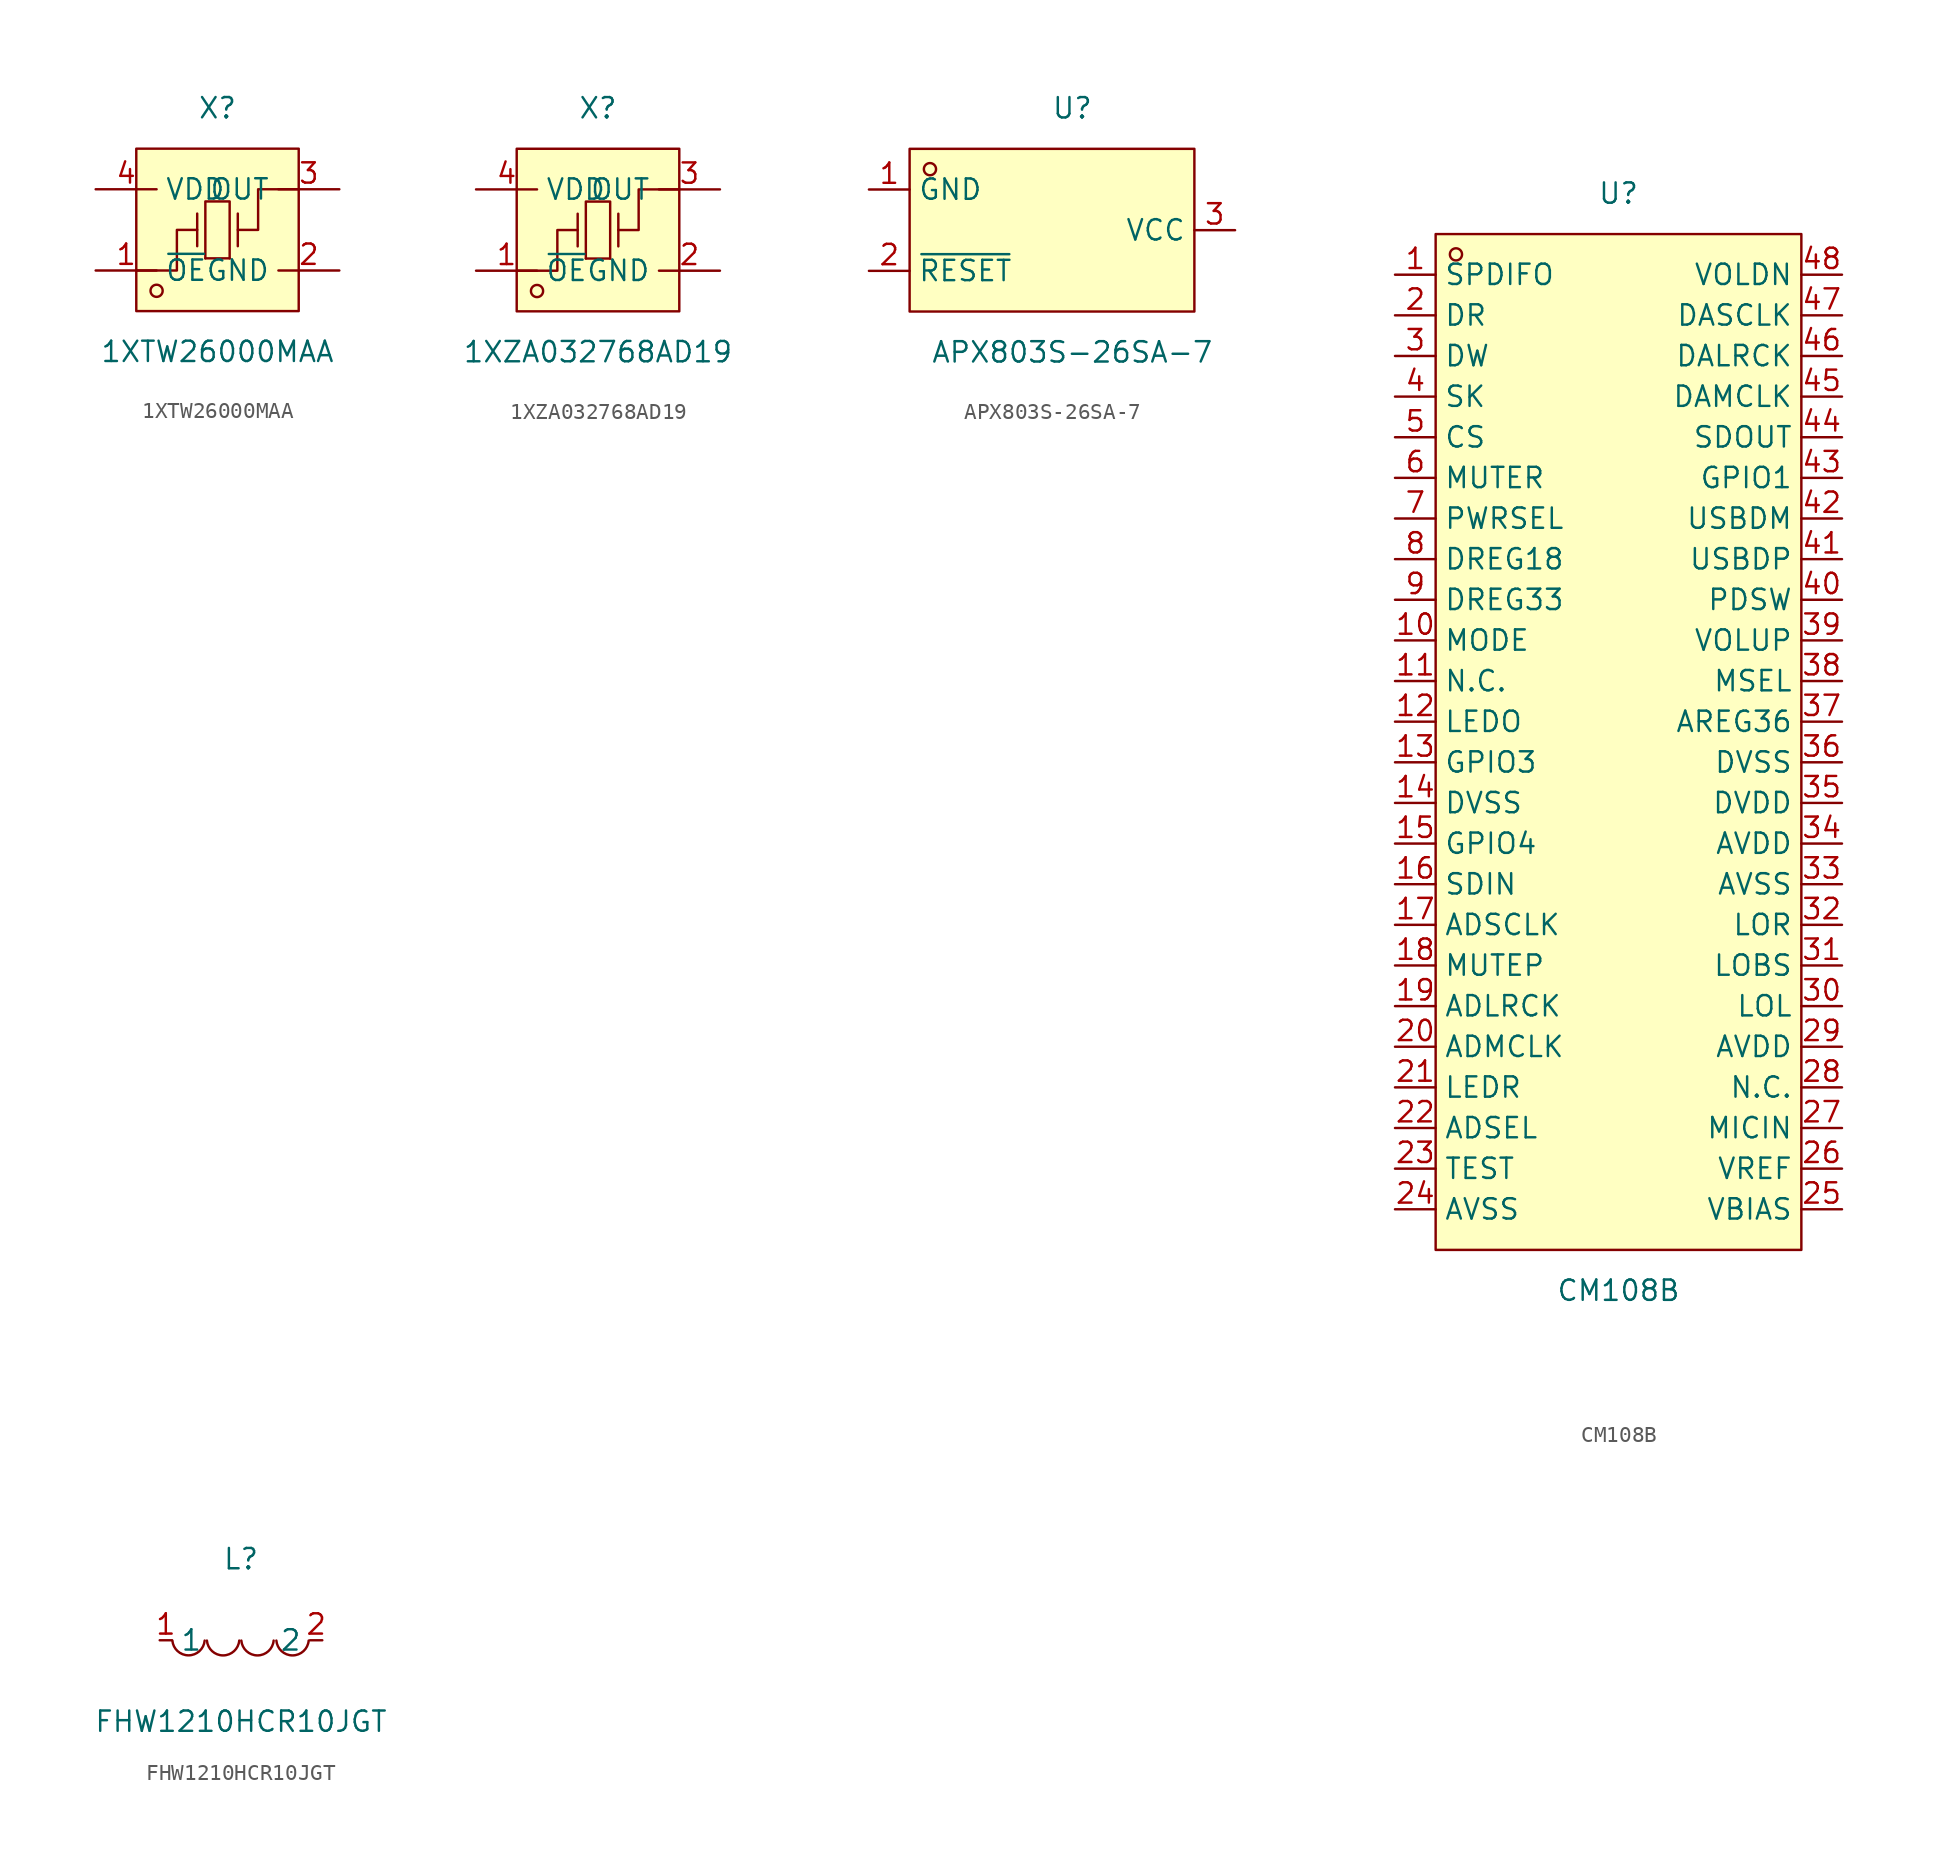
<source format=kicad_sym>
(kicad_symbol_lib
  (version 20231120)
  (generator "kicad_symbol_editor")
  (generator_version "8.99")
  (symbol "1XTW26000MAA"
    (property "Reference" "X"
      (at 0 7.62 0)
      (effects (font (size 1.27 1.27))))
    (property "Value" "1XTW26000MAA"
      (at 0 -7.62 0)
      (effects (font (size 1.27 1.27))))
    (symbol "1XTW26000MAA_0_1"
      (rectangle (start -5.08 5.08) (end 5.08 -5.08) (stroke (width 0) (type default)) (fill (type background)))
      (polyline (pts (xy -5.08 -2.54) (xy -2.54 -2.54) (xy -2.54 0) (xy -1.27 0)) (stroke (width 0) (type default)) (fill (type none)))
      (circle (center -3.81 -3.81) (radius 0.38) (stroke (width 0) (type default)) (fill (type none)))
      (polyline (pts (xy -1.27 -1.02) (xy -1.27 1.02)) (stroke (width 0) (type default)) (fill (type none)))
      (polyline (pts (xy -0.76 -1.78) (xy -0.76 1.78) (xy 0.76 1.78) (xy 0.76 -1.78)) (stroke (width 0) (type default)) (fill (type none)))
      (polyline (pts (xy 0.76 -1.78) (xy -0.76 -1.78)) (stroke (width 0) (type default)) (fill (type none)))
      (polyline (pts (xy 1.27 -1.02) (xy 1.27 1.02)) (stroke (width 0) (type default)) (fill (type none)))
      (polyline (pts (xy 5.08 2.54) (xy 2.54 2.54) (xy 2.54 0) (xy 1.27 0)) (stroke (width 0) (type default)) (fill (type none)))
      (pin input line (at -7.62 -2.54 0) (length 3.81) (name "~{OE}" (effects (font (size 1.27 1.27)))) (number "1" (effects (font (size 1.27 1.27)))))
      (pin input line (at 7.62 -2.54 180) (length 3.81) (name "GND" (effects (font (size 1.27 1.27)))) (number "2" (effects (font (size 1.27 1.27)))))
      (pin input line (at 7.62 2.54 180) (length 3.81) (name "OUT" (effects (font (size 1.27 1.27)))) (number "3" (effects (font (size 1.27 1.27)))))
      (pin input line (at -7.62 2.54 0) (length 3.81) (name "VDD" (effects (font (size 1.27 1.27)))) (number "4" (effects (font (size 1.27 1.27)))))))
  (symbol "1XZA032768AD19"
    (property "Reference" "X"
      (at 0 7.62 0)
      (effects (font (size 1.27 1.27))))
    (property "Value" "1XZA032768AD19"
      (at 0 -7.62 0)
      (effects (font (size 1.27 1.27))))
    (symbol "1XZA032768AD19_0_1"
      (rectangle (start -5.08 5.08) (end 5.08 -5.08) (stroke (width 0) (type default)) (fill (type background)))
      (polyline (pts (xy -5.08 -2.54) (xy -2.54 -2.54) (xy -2.54 0) (xy -1.27 0)) (stroke (width 0) (type default)) (fill (type none)))
      (circle (center -3.81 -3.81) (radius 0.38) (stroke (width 0) (type default)) (fill (type none)))
      (polyline (pts (xy -1.27 -1.02) (xy -1.27 1.02)) (stroke (width 0) (type default)) (fill (type none)))
      (polyline (pts (xy -0.76 -1.78) (xy -0.76 1.78) (xy 0.76 1.78) (xy 0.76 -1.78)) (stroke (width 0) (type default)) (fill (type none)))
      (polyline (pts (xy 0.76 -1.78) (xy -0.76 -1.78)) (stroke (width 0) (type default)) (fill (type none)))
      (polyline (pts (xy 1.27 -1.02) (xy 1.27 1.02)) (stroke (width 0) (type default)) (fill (type none)))
      (polyline (pts (xy 5.08 2.54) (xy 2.54 2.54) (xy 2.54 0) (xy 1.27 0)) (stroke (width 0) (type default)) (fill (type none)))
      (pin input line (at -7.62 -2.54 0) (length 3.81) (name "~{OE}" (effects (font (size 1.27 1.27)))) (number "1" (effects (font (size 1.27 1.27)))))
      (pin input line (at 7.62 -2.54 180) (length 3.81) (name "GND" (effects (font (size 1.27 1.27)))) (number "2" (effects (font (size 1.27 1.27)))))
      (pin input line (at 7.62 2.54 180) (length 3.81) (name "OUT" (effects (font (size 1.27 1.27)))) (number "3" (effects (font (size 1.27 1.27)))))
      (pin input line (at -7.62 2.54 0) (length 3.81) (name "VDD" (effects (font (size 1.27 1.27)))) (number "4" (effects (font (size 1.27 1.27)))))))
  (symbol "APX803S-26SA-7"
    (property "Reference" "U"
      (at 0 7.62 0)
      (effects (font (size 1.27 1.27))))
    (property "Value" "APX803S-26SA-7"
      (at 0 -7.62 0)
      (effects (font (size 1.27 1.27))))
    (symbol "APX803S-26SA-7_0_1"
      (rectangle (start -10.16 5.08) (end 7.62 -5.08) (stroke (width 0) (type default)) (fill (type background)))
      (circle (center -8.89 3.81) (radius 0.38) (stroke (width 0) (type default)) (fill (type none)))
      (pin unspecified line (at -12.7 2.54 0) (length 2.54) (name "GND" (effects (font (size 1.27 1.27)))) (number "1" (effects (font (size 1.27 1.27)))))
      (pin unspecified line (at -12.7 -2.54 0) (length 2.54) (name "~{RESET}" (effects (font (size 1.27 1.27)))) (number "2" (effects (font (size 1.27 1.27)))))
      (pin unspecified line (at 10.16 0 180) (length 2.54) (name "VCC" (effects (font (size 1.27 1.27)))) (number "3" (effects (font (size 1.27 1.27)))))))
  (symbol "CM108B"
    (property "Reference" "U"
      (at 0 34.29 0)
      (effects (font (size 1.27 1.27))))
    (property "Value" "CM108B"
      (at 0 -34.29 0)
      (effects (font (size 1.27 1.27))))
    (symbol "CM108B_0_1"
      (rectangle (start -11.43 31.75) (end 11.43 -31.75) (stroke (width 0) (type default)) (fill (type background)))
      (circle (center -10.16 30.48) (radius 0.38) (stroke (width 0) (type default)) (fill (type none)))
      (pin unspecified line (at -13.97 29.21 0) (length 2.54) (name "SPDIFO" (effects (font (size 1.27 1.27)))) (number "1" (effects (font (size 1.27 1.27)))))
      (pin unspecified line (at -13.97 6.35 0) (length 2.54) (name "MODE" (effects (font (size 1.27 1.27)))) (number "10" (effects (font (size 1.27 1.27)))))
      (pin unspecified line (at -13.97 3.81 0) (length 2.54) (name "N.C." (effects (font (size 1.27 1.27)))) (number "11" (effects (font (size 1.27 1.27)))))
      (pin unspecified line (at -13.97 1.27 0) (length 2.54) (name "LEDO" (effects (font (size 1.27 1.27)))) (number "12" (effects (font (size 1.27 1.27)))))
      (pin unspecified line (at -13.97 -1.27 0) (length 2.54) (name "GPIO3" (effects (font (size 1.27 1.27)))) (number "13" (effects (font (size 1.27 1.27)))))
      (pin unspecified line (at -13.97 -3.81 0) (length 2.54) (name "DVSS" (effects (font (size 1.27 1.27)))) (number "14" (effects (font (size 1.27 1.27)))))
      (pin unspecified line (at -13.97 -6.35 0) (length 2.54) (name "GPIO4" (effects (font (size 1.27 1.27)))) (number "15" (effects (font (size 1.27 1.27)))))
      (pin unspecified line (at -13.97 -8.89 0) (length 2.54) (name "SDIN" (effects (font (size 1.27 1.27)))) (number "16" (effects (font (size 1.27 1.27)))))
      (pin unspecified line (at -13.97 -11.43 0) (length 2.54) (name "ADSCLK" (effects (font (size 1.27 1.27)))) (number "17" (effects (font (size 1.27 1.27)))))
      (pin unspecified line (at -13.97 -13.97 0) (length 2.54) (name "MUTEP" (effects (font (size 1.27 1.27)))) (number "18" (effects (font (size 1.27 1.27)))))
      (pin unspecified line (at -13.97 -16.51 0) (length 2.54) (name "ADLRCK" (effects (font (size 1.27 1.27)))) (number "19" (effects (font (size 1.27 1.27)))))
      (pin unspecified line (at -13.97 26.67 0) (length 2.54) (name "DR" (effects (font (size 1.27 1.27)))) (number "2" (effects (font (size 1.27 1.27)))))
      (pin unspecified line (at -13.97 -19.05 0) (length 2.54) (name "ADMCLK" (effects (font (size 1.27 1.27)))) (number "20" (effects (font (size 1.27 1.27)))))
      (pin unspecified line (at -13.97 -21.59 0) (length 2.54) (name "LEDR" (effects (font (size 1.27 1.27)))) (number "21" (effects (font (size 1.27 1.27)))))
      (pin unspecified line (at -13.97 -24.13 0) (length 2.54) (name "ADSEL" (effects (font (size 1.27 1.27)))) (number "22" (effects (font (size 1.27 1.27)))))
      (pin unspecified line (at -13.97 -26.67 0) (length 2.54) (name "TEST" (effects (font (size 1.27 1.27)))) (number "23" (effects (font (size 1.27 1.27)))))
      (pin unspecified line (at -13.97 -29.21 0) (length 2.54) (name "AVSS" (effects (font (size 1.27 1.27)))) (number "24" (effects (font (size 1.27 1.27)))))
      (pin unspecified line (at 13.97 -29.21 180) (length 2.54) (name "VBIAS" (effects (font (size 1.27 1.27)))) (number "25" (effects (font (size 1.27 1.27)))))
      (pin unspecified line (at 13.97 -26.67 180) (length 2.54) (name "VREF" (effects (font (size 1.27 1.27)))) (number "26" (effects (font (size 1.27 1.27)))))
      (pin unspecified line (at 13.97 -24.13 180) (length 2.54) (name "MICIN" (effects (font (size 1.27 1.27)))) (number "27" (effects (font (size 1.27 1.27)))))
      (pin unspecified line (at 13.97 -21.59 180) (length 2.54) (name "N.C." (effects (font (size 1.27 1.27)))) (number "28" (effects (font (size 1.27 1.27)))))
      (pin unspecified line (at 13.97 -19.05 180) (length 2.54) (name "AVDD" (effects (font (size 1.27 1.27)))) (number "29" (effects (font (size 1.27 1.27)))))
      (pin unspecified line (at -13.97 24.13 0) (length 2.54) (name "DW" (effects (font (size 1.27 1.27)))) (number "3" (effects (font (size 1.27 1.27)))))
      (pin unspecified line (at 13.97 -16.51 180) (length 2.54) (name "LOL" (effects (font (size 1.27 1.27)))) (number "30" (effects (font (size 1.27 1.27)))))
      (pin unspecified line (at 13.97 -13.97 180) (length 2.54) (name "LOBS" (effects (font (size 1.27 1.27)))) (number "31" (effects (font (size 1.27 1.27)))))
      (pin unspecified line (at 13.97 -11.43 180) (length 2.54) (name "LOR" (effects (font (size 1.27 1.27)))) (number "32" (effects (font (size 1.27 1.27)))))
      (pin unspecified line (at 13.97 -8.89 180) (length 2.54) (name "AVSS" (effects (font (size 1.27 1.27)))) (number "33" (effects (font (size 1.27 1.27)))))
      (pin unspecified line (at 13.97 -6.35 180) (length 2.54) (name "AVDD" (effects (font (size 1.27 1.27)))) (number "34" (effects (font (size 1.27 1.27)))))
      (pin unspecified line (at 13.97 -3.81 180) (length 2.54) (name "DVDD" (effects (font (size 1.27 1.27)))) (number "35" (effects (font (size 1.27 1.27)))))
      (pin unspecified line (at 13.97 -1.27 180) (length 2.54) (name "DVSS" (effects (font (size 1.27 1.27)))) (number "36" (effects (font (size 1.27 1.27)))))
      (pin unspecified line (at 13.97 1.27 180) (length 2.54) (name "AREG36" (effects (font (size 1.27 1.27)))) (number "37" (effects (font (size 1.27 1.27)))))
      (pin unspecified line (at 13.97 3.81 180) (length 2.54) (name "MSEL" (effects (font (size 1.27 1.27)))) (number "38" (effects (font (size 1.27 1.27)))))
      (pin unspecified line (at 13.97 6.35 180) (length 2.54) (name "VOLUP" (effects (font (size 1.27 1.27)))) (number "39" (effects (font (size 1.27 1.27)))))
      (pin unspecified line (at -13.97 21.59 0) (length 2.54) (name "SK" (effects (font (size 1.27 1.27)))) (number "4" (effects (font (size 1.27 1.27)))))
      (pin unspecified line (at 13.97 8.89 180) (length 2.54) (name "PDSW" (effects (font (size 1.27 1.27)))) (number "40" (effects (font (size 1.27 1.27)))))
      (pin unspecified line (at 13.97 11.43 180) (length 2.54) (name "USBDP" (effects (font (size 1.27 1.27)))) (number "41" (effects (font (size 1.27 1.27)))))
      (pin unspecified line (at 13.97 13.97 180) (length 2.54) (name "USBDM" (effects (font (size 1.27 1.27)))) (number "42" (effects (font (size 1.27 1.27)))))
      (pin unspecified line (at 13.97 16.51 180) (length 2.54) (name "GPIO1" (effects (font (size 1.27 1.27)))) (number "43" (effects (font (size 1.27 1.27)))))
      (pin unspecified line (at 13.97 19.05 180) (length 2.54) (name "SDOUT" (effects (font (size 1.27 1.27)))) (number "44" (effects (font (size 1.27 1.27)))))
      (pin unspecified line (at 13.97 21.59 180) (length 2.54) (name "DAMCLK" (effects (font (size 1.27 1.27)))) (number "45" (effects (font (size 1.27 1.27)))))
      (pin unspecified line (at 13.97 24.13 180) (length 2.54) (name "DALRCK" (effects (font (size 1.27 1.27)))) (number "46" (effects (font (size 1.27 1.27)))))
      (pin unspecified line (at 13.97 26.67 180) (length 2.54) (name "DASCLK" (effects (font (size 1.27 1.27)))) (number "47" (effects (font (size 1.27 1.27)))))
      (pin unspecified line (at 13.97 29.21 180) (length 2.54) (name "VOLDN" (effects (font (size 1.27 1.27)))) (number "48" (effects (font (size 1.27 1.27)))))
      (pin unspecified line (at -13.97 19.05 0) (length 2.54) (name "CS" (effects (font (size 1.27 1.27)))) (number "5" (effects (font (size 1.27 1.27)))))
      (pin unspecified line (at -13.97 16.51 0) (length 2.54) (name "MUTER" (effects (font (size 1.27 1.27)))) (number "6" (effects (font (size 1.27 1.27)))))
      (pin unspecified line (at -13.97 13.97 0) (length 2.54) (name "PWRSEL" (effects (font (size 1.27 1.27)))) (number "7" (effects (font (size 1.27 1.27)))))
      (pin unspecified line (at -13.97 11.43 0) (length 2.54) (name "DREG18" (effects (font (size 1.27 1.27)))) (number "8" (effects (font (size 1.27 1.27)))))
      (pin unspecified line (at -13.97 8.89 0) (length 2.54) (name "DREG33" (effects (font (size 1.27 1.27)))) (number "9" (effects (font (size 1.27 1.27)))))))
  (symbol "FHW1210HCR10JGT"
    (property "Reference" "L"
      (at 0 5.08 0)
      (effects (font (size 1.27 1.27))))
    (property "Value" "FHW1210HCR10JGT"
      (at 0 -5.08 0)
      (effects (font (size 1.27 1.27))))
    (symbol "FHW1210HCR10JGT_0_1"
      (arc (start -2.27 -0.02) (mid -3.28 -0.9427) (end -4.29 -0.02) (stroke (width 0) (type default)) (fill (type none)))
      (arc (start -0.11 -0.02) (mid -1.12 -0.9471) (end -2.13 -0.02) (stroke (width 0) (type default)) (fill (type none)))
      (arc (start 2.04 -0.02) (mid 1.03 -0.9471) (end 0.02 -0.02) (stroke (width 0) (type default)) (fill (type none)))
      (arc (start 4.23 -0.02) (mid 3.22 -0.9471) (end 2.21 -0.02) (stroke (width 0) (type default)) (fill (type none)))
      (pin unspecified line (at -5.08 0 0) (length 0.762) (name "1" (effects (font (size 1.27 1.27)))) (number "1" (effects (font (size 1.27 1.27)))))
      (pin unspecified line (at 5.08 0 180) (length 0.762) (name "2" (effects (font (size 1.27 1.27)))) (number "2" (effects (font (size 1.27 1.27))))))))
</source>
